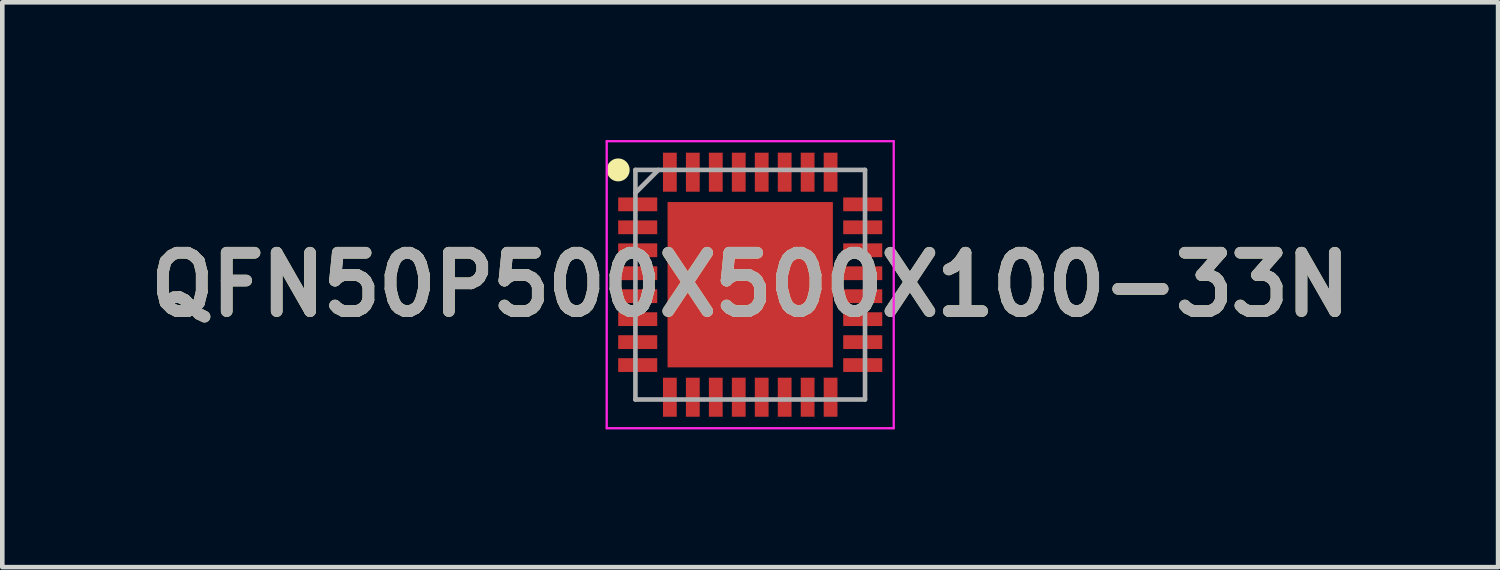
<source format=kicad_pcb>
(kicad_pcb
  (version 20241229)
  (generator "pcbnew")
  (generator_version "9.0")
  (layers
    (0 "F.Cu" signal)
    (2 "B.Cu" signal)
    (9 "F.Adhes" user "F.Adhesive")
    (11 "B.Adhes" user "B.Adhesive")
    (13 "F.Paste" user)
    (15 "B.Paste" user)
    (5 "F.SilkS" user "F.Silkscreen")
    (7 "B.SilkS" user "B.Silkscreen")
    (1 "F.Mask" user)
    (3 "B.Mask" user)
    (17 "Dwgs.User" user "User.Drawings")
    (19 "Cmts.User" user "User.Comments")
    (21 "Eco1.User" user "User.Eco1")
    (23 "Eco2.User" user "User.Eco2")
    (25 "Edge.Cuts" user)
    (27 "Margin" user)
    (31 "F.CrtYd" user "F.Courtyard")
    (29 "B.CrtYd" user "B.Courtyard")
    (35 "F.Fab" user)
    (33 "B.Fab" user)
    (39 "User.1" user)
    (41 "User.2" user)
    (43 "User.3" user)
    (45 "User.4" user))
  (footprint "QFN50P500X500X100-33N"
    (layer "F.Cu")
    (at 13.287 3.15)
    (property "Reference" "QFN50P500X500X100-33N" (at 0 0 0) (layer "F.SilkS") (effects (font (size 1.27 1.27) (thickness 0.254))))
    (attr smd)
    (fp_circle (center -2.875 -2.5) (end -2.875 -2.375) (stroke (width 0.25) (type solid)) (fill no) (layer "F.SilkS"))
    (fp_line (start -3.125 -3.125) (end 3.125 -3.125) (stroke (width 0.05) (type solid)) (layer "F.CrtYd"))
    (fp_line (start -3.125 3.125) (end -3.125 -3.125) (stroke (width 0.05) (type solid)) (layer "F.CrtYd"))
    (fp_line (start 3.125 -3.125) (end 3.125 3.125) (stroke (width 0.05) (type solid)) (layer "F.CrtYd"))
    (fp_line (start 3.125 3.125) (end -3.125 3.125) (stroke (width 0.05) (type solid)) (layer "F.CrtYd"))
    (fp_line (start -2.5 -2.5) (end 2.5 -2.5) (stroke (width 0.1) (type solid)) (layer "F.Fab"))
    (fp_line (start -2.5 -2) (end -2 -2.5) (stroke (width 0.1) (type solid)) (layer "F.Fab"))
    (fp_line (start -2.5 2.5) (end -2.5 -2.5) (stroke (width 0.1) (type solid)) (layer "F.Fab"))
    (fp_line (start 2.5 -2.5) (end 2.5 2.5) (stroke (width 0.1) (type solid)) (layer "F.Fab"))
    (fp_line (start 2.5 2.5) (end -2.5 2.5) (stroke (width 0.1) (type solid)) (layer "F.Fab"))
    (fp_text user "${REFERENCE}" (at 0 0 0) (layer "F.Fab") (effects (font (size 1.27 1.27) (thickness 0.254))))
    (pad "1" smd rect (at -2.45 -1.75 90) (size 0.3 0.85) (layers "F.Cu" "F.Mask" "F.Paste"))
    (pad "2" smd rect (at -2.45 -1.25 90) (size 0.3 0.85) (layers "F.Cu" "F.Mask" "F.Paste"))
    (pad "3" smd rect (at -2.45 -0.75 90) (size 0.3 0.85) (layers "F.Cu" "F.Mask" "F.Paste"))
    (pad "4" smd rect (at -2.45 -0.25 90) (size 0.3 0.85) (layers "F.Cu" "F.Mask" "F.Paste"))
    (pad "5" smd rect (at -2.45 0.25 90) (size 0.3 0.85) (layers "F.Cu" "F.Mask" "F.Paste"))
    (pad "6" smd rect (at -2.45 0.75 90) (size 0.3 0.85) (layers "F.Cu" "F.Mask" "F.Paste"))
    (pad "7" smd rect (at -2.45 1.25 90) (size 0.3 0.85) (layers "F.Cu" "F.Mask" "F.Paste"))
    (pad "8" smd rect (at -2.45 1.75 90) (size 0.3 0.85) (layers "F.Cu" "F.Mask" "F.Paste"))
    (pad "9" smd rect (at -1.75 2.45) (size 0.3 0.85) (layers "F.Cu" "F.Mask" "F.Paste"))
    (pad "10" smd rect (at -1.25 2.45) (size 0.3 0.85) (layers "F.Cu" "F.Mask" "F.Paste"))
    (pad "11" smd rect (at -0.75 2.45) (size 0.3 0.85) (layers "F.Cu" "F.Mask" "F.Paste"))
    (pad "12" smd rect (at -0.25 2.45) (size 0.3 0.85) (layers "F.Cu" "F.Mask" "F.Paste"))
    (pad "13" smd rect (at 0.25 2.45) (size 0.3 0.85) (layers "F.Cu" "F.Mask" "F.Paste"))
    (pad "14" smd rect (at 0.75 2.45) (size 0.3 0.85) (layers "F.Cu" "F.Mask" "F.Paste"))
    (pad "15" smd rect (at 1.25 2.45) (size 0.3 0.85) (layers "F.Cu" "F.Mask" "F.Paste"))
    (pad "16" smd rect (at 1.75 2.45) (size 0.3 0.85) (layers "F.Cu" "F.Mask" "F.Paste"))
    (pad "17" smd rect (at 2.45 1.75 90) (size 0.3 0.85) (layers "F.Cu" "F.Mask" "F.Paste"))
    (pad "18" smd rect (at 2.45 1.25 90) (size 0.3 0.85) (layers "F.Cu" "F.Mask" "F.Paste"))
    (pad "19" smd rect (at 2.45 0.75 90) (size 0.3 0.85) (layers "F.Cu" "F.Mask" "F.Paste"))
    (pad "20" smd rect (at 2.45 0.25 90) (size 0.3 0.85) (layers "F.Cu" "F.Mask" "F.Paste"))
    (pad "21" smd rect (at 2.45 -0.25 90) (size 0.3 0.85) (layers "F.Cu" "F.Mask" "F.Paste"))
    (pad "22" smd rect (at 2.45 -0.75 90) (size 0.3 0.85) (layers "F.Cu" "F.Mask" "F.Paste"))
    (pad "23" smd rect (at 2.45 -1.25 90) (size 0.3 0.85) (layers "F.Cu" "F.Mask" "F.Paste"))
    (pad "24" smd rect (at 2.45 -1.75 90) (size 0.3 0.85) (layers "F.Cu" "F.Mask" "F.Paste"))
    (pad "25" smd rect (at 1.75 -2.45) (size 0.3 0.85) (layers "F.Cu" "F.Mask" "F.Paste"))
    (pad "26" smd rect (at 1.25 -2.45) (size 0.3 0.85) (layers "F.Cu" "F.Mask" "F.Paste"))
    (pad "27" smd rect (at 0.75 -2.45) (size 0.3 0.85) (layers "F.Cu" "F.Mask" "F.Paste"))
    (pad "28" smd rect (at 0.25 -2.45) (size 0.3 0.85) (layers "F.Cu" "F.Mask" "F.Paste"))
    (pad "29" smd rect (at -0.25 -2.45) (size 0.3 0.85) (layers "F.Cu" "F.Mask" "F.Paste"))
    (pad "30" smd rect (at -0.75 -2.45) (size 0.3 0.85) (layers "F.Cu" "F.Mask" "F.Paste"))
    (pad "31" smd rect (at -1.25 -2.45) (size 0.3 0.85) (layers "F.Cu" "F.Mask" "F.Paste"))
    (pad "32" smd rect (at -1.75 -2.45) (size 0.3 0.85) (layers "F.Cu" "F.Mask" "F.Paste"))
    (pad "33" smd rect (at 0 0) (size 3.6 3.6) (layers "F.Cu" "F.Mask" "F.Paste")))
  (gr_rect
    (start -3 -3)
    (end 29.573 9.3)
    (stroke (width 0.1) (type default))
    (fill no)
    (layer "Edge.Cuts")))
</source>
